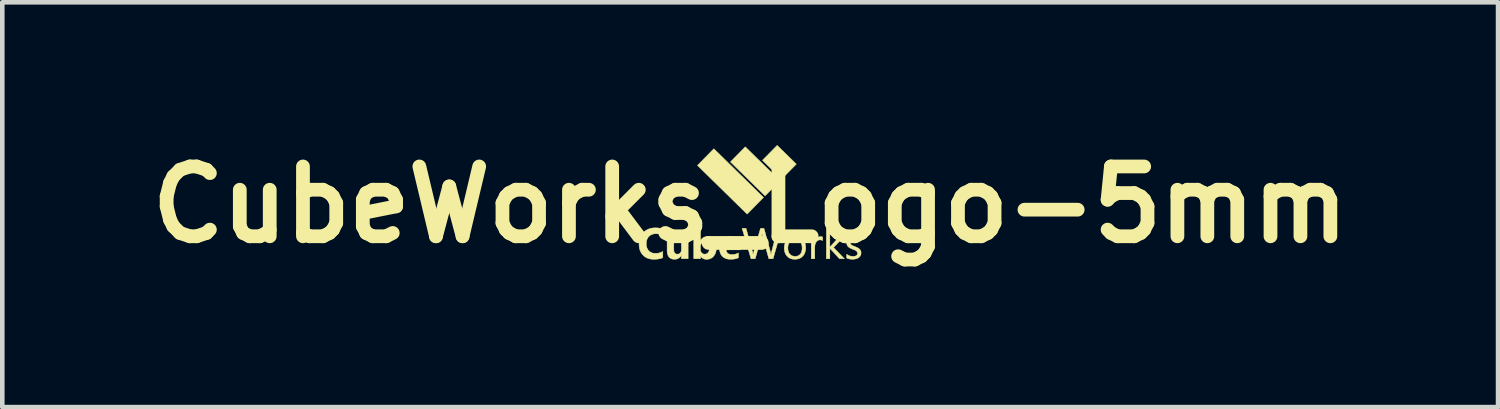
<source format=kicad_pcb>
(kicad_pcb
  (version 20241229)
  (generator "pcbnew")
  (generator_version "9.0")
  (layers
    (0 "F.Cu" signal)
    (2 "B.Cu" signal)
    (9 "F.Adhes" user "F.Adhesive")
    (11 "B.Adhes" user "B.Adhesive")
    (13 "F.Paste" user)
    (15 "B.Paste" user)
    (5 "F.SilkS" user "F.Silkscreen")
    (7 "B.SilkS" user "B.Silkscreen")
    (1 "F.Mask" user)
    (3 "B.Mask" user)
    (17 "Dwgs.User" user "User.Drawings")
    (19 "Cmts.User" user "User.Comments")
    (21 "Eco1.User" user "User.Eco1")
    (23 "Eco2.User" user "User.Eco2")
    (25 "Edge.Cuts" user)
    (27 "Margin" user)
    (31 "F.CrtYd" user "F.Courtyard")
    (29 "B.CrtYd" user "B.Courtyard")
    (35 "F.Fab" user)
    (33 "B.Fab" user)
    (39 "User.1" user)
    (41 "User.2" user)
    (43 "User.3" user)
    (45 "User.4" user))
  (footprint "CubeWorks_Logo-5mm"
    (layer "F.Cu")
    (at 13.324 1.418)
    (property "Reference" "CubeWorks_Logo-5mm" (at 0 0 0) (layer "F.SilkS") (effects (font (size 1.524 1.524) (thickness 0.3))))
    (attr through_hole)
    (fp_poly (pts (xy -1.667 0.847) (xy -1.667 0.863) (xy -1.667 0.879) (xy -1.667 0.893) (xy -1.667 0.907) (xy -1.667 0.92) (xy -1.667 0.932) (xy -1.667 0.942) (xy -1.667 0.952) (xy -1.667 0.961) (xy -1.667 0.969) (xy -1.667 0.975) (xy -1.667 0.981) (xy -1.667 0.986) (xy -1.667 0.99) (xy -1.667 0.992) (xy -1.667 0.994) (xy -1.667 0.994) (xy -1.665 1.006) (xy -1.664 1.016) (xy -1.661 1.026) (xy -1.658 1.035) (xy -1.654 1.043) (xy -1.65 1.05) (xy -1.645 1.057) (xy -1.64 1.062) (xy -1.634 1.067) (xy -1.627 1.071) (xy -1.619 1.074) (xy -1.611 1.077) (xy -1.608 1.078) (xy -1.601 1.079) (xy -1.595 1.079) (xy -1.587 1.079) (xy -1.58 1.079) (xy -1.574 1.079) (xy -1.571 1.078) (xy -1.562 1.076) (xy -1.554 1.073) (xy -1.546 1.07) (xy -1.539 1.065) (xy -1.532 1.06) (xy -1.525 1.053) (xy -1.52 1.046) (xy -1.515 1.039) (xy -1.511 1.03) (xy -1.508 1.024) (xy -1.505 1.015) (xy -1.503 1.006) (xy -1.502 0.996) (xy -1.501 0.991) (xy -1.501 0.99) (xy -1.501 0.987) (xy -1.501 0.984) (xy -1.501 0.98) (xy -1.501 0.975) (xy -1.501 0.969) (xy -1.501 0.962) (xy -1.501 0.954) (xy -1.501 0.945) (xy -1.501 0.935) (xy -1.501 0.924) (xy -1.501 0.912) (xy -1.501 0.899) (xy -1.501 0.885) (xy -1.501 0.87) (xy -1.501 0.854) (xy -1.501 0.845) (xy -1.501 0.706) (xy -1.354 0.706) (xy -1.354 1.18) (xy -1.501 1.18) (xy -1.501 1.108) (xy -1.502 1.108) (xy -1.503 1.108) (xy -1.504 1.109) (xy -1.505 1.11) (xy -1.506 1.112) (xy -1.514 1.124) (xy -1.523 1.135) (xy -1.532 1.144) (xy -1.542 1.153) (xy -1.552 1.161) (xy -1.563 1.168) (xy -1.574 1.175) (xy -1.585 1.18) (xy -1.597 1.184) (xy -1.61 1.187) (xy -1.622 1.19) (xy -1.629 1.191) (xy -1.633 1.191) (xy -1.638 1.191) (xy -1.643 1.191) (xy -1.648 1.191) (xy -1.653 1.191) (xy -1.658 1.191) (xy -1.661 1.191) (xy -1.675 1.19) (xy -1.688 1.188) (xy -1.7 1.185) (xy -1.712 1.182) (xy -1.724 1.178) (xy -1.734 1.172) (xy -1.744 1.166) (xy -1.753 1.16) (xy -1.762 1.152) (xy -1.77 1.144) (xy -1.777 1.135) (xy -1.784 1.125) (xy -1.789 1.114) (xy -1.794 1.105) (xy -1.798 1.095) (xy -1.801 1.085) (xy -1.804 1.074) (xy -1.807 1.062) (xy -1.809 1.049) (xy -1.811 1.036) (xy -1.812 1.027) (xy -1.813 1.015) (xy -1.813 0.706) (xy -1.667 0.706) (xy -1.667 0.847)) (stroke (width 0.01) (type solid)) (fill yes) (layer "F.SilkS"))
    (fp_poly (pts (xy 1.544 0.698) (xy 1.551 0.698) (xy 1.556 0.699) (xy 1.562 0.699) (xy 1.567 0.7) (xy 1.572 0.701) (xy 1.575 0.702) (xy 1.581 0.704) (xy 1.581 0.743) (xy 1.581 0.751) (xy 1.581 0.758) (xy 1.581 0.763) (xy 1.581 0.768) (xy 1.581 0.772) (xy 1.581 0.775) (xy 1.581 0.778) (xy 1.581 0.78) (xy 1.581 0.781) (xy 1.581 0.782) (xy 1.58 0.782) (xy 1.58 0.782) (xy 1.58 0.782) (xy 1.578 0.781) (xy 1.578 0.781) (xy 1.572 0.778) (xy 1.566 0.775) (xy 1.56 0.773) (xy 1.552 0.771) (xy 1.544 0.769) (xy 1.544 0.769) (xy 1.54 0.768) (xy 1.536 0.768) (xy 1.531 0.768) (xy 1.525 0.768) (xy 1.52 0.768) (xy 1.516 0.768) (xy 1.511 0.769) (xy 1.507 0.769) (xy 1.506 0.769) (xy 1.497 0.772) (xy 1.488 0.775) (xy 1.479 0.779) (xy 1.471 0.784) (xy 1.463 0.79) (xy 1.456 0.797) (xy 1.454 0.799) (xy 1.447 0.807) (xy 1.44 0.816) (xy 1.434 0.825) (xy 1.429 0.836) (xy 1.424 0.846) (xy 1.42 0.858) (xy 1.417 0.87) (xy 1.414 0.883) (xy 1.412 0.897) (xy 1.411 0.908) (xy 1.411 0.909) (xy 1.41 0.91) (xy 1.41 0.911) (xy 1.41 0.912) (xy 1.41 0.914) (xy 1.41 0.916) (xy 1.41 0.918) (xy 1.41 0.921) (xy 1.41 0.924) (xy 1.41 0.927) (xy 1.41 0.931) (xy 1.41 0.935) (xy 1.41 0.94) (xy 1.41 0.946) (xy 1.41 0.952) (xy 1.41 0.959) (xy 1.41 0.967) (xy 1.41 0.975) (xy 1.41 0.984) (xy 1.41 0.994) (xy 1.41 1.005) (xy 1.41 1.016) (xy 1.41 1.029) (xy 1.41 1.043) (xy 1.41 1.048) (xy 1.409 1.18) (xy 1.333 1.18) (xy 1.333 0.706) (xy 1.409 0.706) (xy 1.409 0.755) (xy 1.409 0.763) (xy 1.409 0.77) (xy 1.409 0.777) (xy 1.409 0.782) (xy 1.409 0.787) (xy 1.41 0.791) (xy 1.41 0.794) (xy 1.41 0.797) (xy 1.41 0.799) (xy 1.41 0.8) (xy 1.41 0.802) (xy 1.41 0.802) (xy 1.41 0.803) (xy 1.41 0.803) (xy 1.41 0.803) (xy 1.41 0.803) (xy 1.411 0.803) (xy 1.411 0.802) (xy 1.412 0.801) (xy 1.413 0.798) (xy 1.418 0.786) (xy 1.423 0.774) (xy 1.429 0.763) (xy 1.436 0.753) (xy 1.443 0.744) (xy 1.451 0.735) (xy 1.459 0.727) (xy 1.468 0.72) (xy 1.477 0.714) (xy 1.486 0.709) (xy 1.492 0.707) (xy 1.496 0.705) (xy 1.501 0.703) (xy 1.506 0.702) (xy 1.508 0.701) (xy 1.512 0.7) (xy 1.516 0.699) (xy 1.52 0.699) (xy 1.524 0.698) (xy 1.528 0.698) (xy 1.533 0.698) (xy 1.537 0.698) (xy 1.544 0.698)) (stroke (width 0.01) (type solid)) (fill yes) (layer "F.SilkS"))
    (fp_poly (pts (xy -0.093 -1.25) (xy -0.092 -1.249) (xy -0.09 -1.247) (xy -0.088 -1.245) (xy -0.085 -1.242) (xy -0.081 -1.238) (xy -0.076 -1.233) (xy -0.071 -1.228) (xy -0.066 -1.223) (xy -0.059 -1.217) (xy -0.052 -1.21) (xy -0.045 -1.203) (xy -0.037 -1.195) (xy -0.028 -1.186) (xy -0.019 -1.177) (xy -0.009 -1.168) (xy 0.001 -1.158) (xy 0.011 -1.148) (xy 0.022 -1.137) (xy 0.034 -1.126) (xy 0.046 -1.114) (xy 0.058 -1.102) (xy 0.071 -1.089) (xy 0.084 -1.077) (xy 0.097 -1.063) (xy 0.111 -1.05) (xy 0.125 -1.036) (xy 0.14 -1.022) (xy 0.154 -1.007) (xy 0.169 -0.993) (xy 0.185 -0.978) (xy 0.2 -0.963) (xy 0.216 -0.947) (xy 0.232 -0.932) (xy 0.248 -0.916) (xy 0.264 -0.9) (xy 0.281 -0.884) (xy 0.285 -0.879) (xy 0.649 -0.522) (xy 0.639 -0.512) (xy 0.634 -0.506) (xy 0.628 -0.5) (xy 0.622 -0.494) (xy 0.615 -0.487) (xy 0.608 -0.48) (xy 0.6 -0.472) (xy 0.592 -0.464) (xy 0.584 -0.456) (xy 0.576 -0.447) (xy 0.567 -0.439) (xy 0.558 -0.43) (xy 0.549 -0.421) (xy 0.54 -0.411) (xy 0.531 -0.402) (xy 0.521 -0.392) (xy 0.512 -0.382) (xy 0.502 -0.373) (xy 0.493 -0.363) (xy 0.483 -0.353) (xy 0.474 -0.344) (xy 0.464 -0.334) (xy 0.455 -0.324) (xy 0.445 -0.315) (xy 0.436 -0.306) (xy 0.427 -0.296) (xy 0.419 -0.288) (xy 0.41 -0.279) (xy 0.402 -0.27) (xy 0.394 -0.262) (xy 0.386 -0.254) (xy 0.379 -0.247) (xy 0.372 -0.24) (xy 0.365 -0.233) (xy 0.359 -0.227) (xy 0.353 -0.221) (xy 0.348 -0.216) (xy 0.343 -0.211) (xy 0.339 -0.206) (xy 0.335 -0.203) (xy 0.332 -0.2) (xy 0.329 -0.197) (xy 0.327 -0.195) (xy 0.326 -0.194) (xy 0.326 -0.193) (xy 0.326 -0.193) (xy 0.325 -0.194) (xy 0.324 -0.195) (xy 0.322 -0.197) (xy 0.32 -0.199) (xy 0.317 -0.202) (xy 0.313 -0.206) (xy 0.308 -0.21) (xy 0.303 -0.215) (xy 0.297 -0.221) (xy 0.291 -0.227) (xy 0.284 -0.234) (xy 0.277 -0.241) (xy 0.269 -0.249) (xy 0.26 -0.258) (xy 0.251 -0.266) (xy 0.241 -0.276) (xy 0.231 -0.286) (xy 0.22 -0.296) (xy 0.209 -0.307) (xy 0.198 -0.318) (xy 0.186 -0.33) (xy 0.174 -0.342) (xy 0.161 -0.354) (xy 0.148 -0.367) (xy 0.134 -0.381) (xy 0.12 -0.394) (xy 0.106 -0.408) (xy 0.092 -0.422) (xy 0.077 -0.437) (xy 0.062 -0.451) (xy 0.047 -0.467) (xy 0.031 -0.482) (xy 0.015 -0.497) (xy -0.001 -0.513) (xy -0.017 -0.529) (xy -0.034 -0.545) (xy -0.051 -0.562) (xy -0.053 -0.564) (xy -0.069 -0.58) (xy -0.086 -0.596) (xy -0.102 -0.612) (xy -0.118 -0.628) (xy -0.134 -0.643) (xy -0.15 -0.659) (xy -0.165 -0.674) (xy -0.18 -0.689) (xy -0.195 -0.703) (xy -0.21 -0.718) (xy -0.224 -0.731) (xy -0.238 -0.745) (xy -0.251 -0.758) (xy -0.264 -0.771) (xy -0.277 -0.784) (xy -0.29 -0.796) (xy -0.302 -0.808) (xy -0.313 -0.819) (xy -0.324 -0.83) (xy -0.335 -0.84) (xy -0.345 -0.85) (xy -0.355 -0.86) (xy -0.364 -0.869) (xy -0.372 -0.877) (xy -0.38 -0.885) (xy -0.388 -0.893) (xy -0.395 -0.899) (xy -0.401 -0.906) (xy -0.407 -0.911) (xy -0.412 -0.917) (xy -0.417 -0.921) (xy -0.421 -0.925) (xy -0.424 -0.928) (xy -0.427 -0.931) (xy -0.429 -0.933) (xy -0.43 -0.934) (xy -0.43 -0.934) (xy -0.43 -0.934) (xy -0.43 -0.935) (xy -0.429 -0.936) (xy -0.427 -0.937) (xy -0.425 -0.94) (xy -0.421 -0.943) (xy -0.418 -0.947) (xy -0.414 -0.951) (xy -0.409 -0.956) (xy -0.403 -0.962) (xy -0.398 -0.967) (xy -0.391 -0.974) (xy -0.384 -0.981) (xy -0.377 -0.988) (xy -0.369 -0.996) (xy -0.361 -1.005) (xy -0.353 -1.013) (xy -0.344 -1.022) (xy -0.335 -1.032) (xy -0.325 -1.041) (xy -0.315 -1.051) (xy -0.305 -1.061) (xy -0.295 -1.072) (xy -0.284 -1.083) (xy -0.274 -1.093) (xy -0.268 -1.099) (xy -0.107 -1.263) (xy -0.093 -1.25)) (stroke (width 0.01) (type solid)) (fill yes) (layer "F.SilkS"))
    (fp_poly (pts (xy 1.739 0.701) (xy 1.739 0.719) (xy 1.739 0.736) (xy 1.739 0.752) (xy 1.739 0.767) (xy 1.739 0.782) (xy 1.739 0.795) (xy 1.739 0.807) (xy 1.739 0.819) (xy 1.739 0.83) (xy 1.739 0.84) (xy 1.739 0.849) (xy 1.739 0.858) (xy 1.739 0.866) (xy 1.739 0.873) (xy 1.739 0.88) (xy 1.739 0.886) (xy 1.739 0.891) (xy 1.739 0.896) (xy 1.739 0.9) (xy 1.739 0.904) (xy 1.739 0.908) (xy 1.739 0.911) (xy 1.739 0.913) (xy 1.739 0.915) (xy 1.74 0.917) (xy 1.74 0.919) (xy 1.74 0.92) (xy 1.74 0.921) (xy 1.74 0.922) (xy 1.74 0.922) (xy 1.74 0.923) (xy 1.74 0.923) (xy 1.74 0.923) (xy 1.74 0.923) (xy 1.74 0.923) (xy 1.74 0.923) (xy 1.742 0.922) (xy 1.743 0.92) (xy 1.746 0.917) (xy 1.749 0.914) (xy 1.752 0.91) (xy 1.756 0.906) (xy 1.761 0.901) (xy 1.766 0.895) (xy 1.772 0.889) (xy 1.778 0.883) (xy 1.784 0.876) (xy 1.791 0.868) (xy 1.799 0.86) (xy 1.806 0.852) (xy 1.814 0.843) (xy 1.823 0.834) (xy 1.831 0.824) (xy 1.84 0.815) (xy 1.84 0.815) (xy 1.94 0.706) (xy 2.04 0.706) (xy 2.03 0.716) (xy 2.029 0.718) (xy 2.027 0.719) (xy 2.024 0.722) (xy 2.021 0.725) (xy 2.017 0.729) (xy 2.013 0.734) (xy 2.008 0.739) (xy 2.003 0.744) (xy 1.997 0.75) (xy 1.991 0.757) (xy 1.984 0.764) (xy 1.978 0.771) (xy 1.97 0.778) (xy 1.963 0.786) (xy 1.955 0.794) (xy 1.947 0.803) (xy 1.939 0.811) (xy 1.93 0.82) (xy 1.922 0.829) (xy 1.92 0.83) (xy 1.912 0.839) (xy 1.903 0.848) (xy 1.895 0.856) (xy 1.888 0.864) (xy 1.88 0.872) (xy 1.873 0.879) (xy 1.866 0.887) (xy 1.859 0.893) (xy 1.853 0.9) (xy 1.848 0.906) (xy 1.842 0.911) (xy 1.838 0.916) (xy 1.833 0.921) (xy 1.83 0.925) (xy 1.826 0.928) (xy 1.824 0.931) (xy 1.822 0.933) (xy 1.821 0.934) (xy 1.82 0.935) (xy 1.82 0.935) (xy 1.82 0.935) (xy 1.821 0.936) (xy 1.823 0.938) (xy 1.825 0.941) (xy 1.828 0.944) (xy 1.832 0.947) (xy 1.836 0.952) (xy 1.841 0.956) (xy 1.846 0.962) (xy 1.852 0.968) (xy 1.858 0.974) (xy 1.864 0.981) (xy 1.871 0.988) (xy 1.878 0.995) (xy 1.886 1.003) (xy 1.894 1.012) (xy 1.902 1.02) (xy 1.911 1.029) (xy 1.92 1.038) (xy 1.929 1.047) (xy 1.937 1.056) (xy 1.946 1.066) (xy 1.955 1.075) (xy 1.964 1.084) (xy 1.973 1.093) (xy 1.981 1.102) (xy 1.989 1.11) (xy 1.997 1.118) (xy 2.004 1.125) (xy 2.011 1.132) (xy 2.017 1.139) (xy 2.024 1.146) (xy 2.029 1.151) (xy 2.034 1.157) (xy 2.039 1.162) (xy 2.043 1.166) (xy 2.047 1.17) (xy 2.05 1.173) (xy 2.052 1.175) (xy 2.054 1.177) (xy 2.055 1.178) (xy 2.056 1.179) (xy 2.057 1.18) (xy 1.95 1.18) (xy 1.846 1.066) (xy 1.837 1.057) (xy 1.829 1.048) (xy 1.821 1.039) (xy 1.813 1.03) (xy 1.805 1.022) (xy 1.798 1.014) (xy 1.791 1.006) (xy 1.784 0.999) (xy 1.778 0.992) (xy 1.772 0.986) (xy 1.766 0.98) (xy 1.761 0.975) (xy 1.756 0.97) (xy 1.752 0.965) (xy 1.749 0.961) (xy 1.746 0.958) (xy 1.743 0.956) (xy 1.742 0.954) (xy 1.741 0.953) (xy 1.74 0.952) (xy 1.74 0.952) (xy 1.74 0.952) (xy 1.74 0.952) (xy 1.74 0.953) (xy 1.74 0.953) (xy 1.74 0.954) (xy 1.74 0.954) (xy 1.739 0.956) (xy 1.739 0.957) (xy 1.739 0.959) (xy 1.739 0.961) (xy 1.739 0.964) (xy 1.739 0.967) (xy 1.739 0.97) (xy 1.739 0.975) (xy 1.739 0.98) (xy 1.739 0.985) (xy 1.739 0.991) (xy 1.739 0.998) (xy 1.739 1.006) (xy 1.739 1.014) (xy 1.739 1.024) (xy 1.739 1.034) (xy 1.739 1.045) (xy 1.739 1.057) (xy 1.739 1.066) (xy 1.739 1.18) (xy 1.663 1.18) (xy 1.663 0.478) (xy 1.739 0.478) (xy 1.739 0.701)) (stroke (width 0.01) (type solid)) (fill yes) (layer "F.SilkS"))
    (fp_poly (pts (xy 0.59 -1.294) (xy 0.591 -1.293) (xy 0.592 -1.292) (xy 0.595 -1.289) (xy 0.598 -1.286) (xy 0.602 -1.283) (xy 0.606 -1.278) (xy 0.611 -1.274) (xy 0.616 -1.268) (xy 0.622 -1.263) (xy 0.629 -1.256) (xy 0.635 -1.25) (xy 0.643 -1.243) (xy 0.65 -1.235) (xy 0.659 -1.227) (xy 0.667 -1.219) (xy 0.676 -1.21) (xy 0.685 -1.202) (xy 0.694 -1.192) (xy 0.704 -1.183) (xy 0.714 -1.173) (xy 0.724 -1.164) (xy 0.734 -1.154) (xy 0.744 -1.143) (xy 0.755 -1.133) (xy 0.765 -1.123) (xy 0.776 -1.112) (xy 0.787 -1.102) (xy 0.798 -1.091) (xy 0.808 -1.081) (xy 0.819 -1.07) (xy 0.83 -1.06) (xy 0.841 -1.049) (xy 0.851 -1.039) (xy 0.861 -1.029) (xy 0.872 -1.019) (xy 0.882 -1.009) (xy 0.892 -0.999) (xy 0.901 -0.99) (xy 0.911 -0.981) (xy 0.92 -0.972) (xy 0.929 -0.963) (xy 0.937 -0.955) (xy 0.945 -0.947) (xy 0.953 -0.939) (xy 0.96 -0.932) (xy 0.967 -0.925) (xy 0.973 -0.919) (xy 0.979 -0.913) (xy 0.985 -0.908) (xy 0.99 -0.903) (xy 0.994 -0.899) (xy 0.998 -0.895) (xy 1.001 -0.892) (xy 1.003 -0.889) (xy 1.005 -0.888) (xy 1.006 -0.886) (xy 1.007 -0.886) (xy 1.007 -0.886) (xy 1.007 -0.885) (xy 1.006 -0.884) (xy 1.004 -0.883) (xy 1.001 -0.88) (xy 0.998 -0.877) (xy 0.995 -0.873) (xy 0.991 -0.869) (xy 0.986 -0.865) (xy 0.981 -0.859) (xy 0.975 -0.854) (xy 0.969 -0.847) (xy 0.963 -0.841) (xy 0.956 -0.834) (xy 0.949 -0.826) (xy 0.941 -0.819) (xy 0.933 -0.811) (xy 0.925 -0.802) (xy 0.917 -0.794) (xy 0.908 -0.785) (xy 0.899 -0.776) (xy 0.89 -0.767) (xy 0.881 -0.758) (xy 0.872 -0.748) (xy 0.863 -0.739) (xy 0.853 -0.729) (xy 0.844 -0.72) (xy 0.835 -0.71) (xy 0.825 -0.701) (xy 0.816 -0.692) (xy 0.807 -0.682) (xy 0.798 -0.673) (xy 0.789 -0.664) (xy 0.78 -0.655) (xy 0.772 -0.647) (xy 0.764 -0.638) (xy 0.756 -0.63) (xy 0.748 -0.622) (xy 0.741 -0.615) (xy 0.733 -0.608) (xy 0.727 -0.601) (xy 0.721 -0.595) (xy 0.715 -0.589) (xy 0.709 -0.583) (xy 0.705 -0.578) (xy 0.7 -0.574) (xy 0.696 -0.57) (xy 0.693 -0.567) (xy 0.69 -0.564) (xy 0.688 -0.562) (xy 0.687 -0.561) (xy 0.686 -0.56) (xy 0.686 -0.56) (xy 0.686 -0.56) (xy 0.685 -0.561) (xy 0.683 -0.563) (xy 0.681 -0.566) (xy 0.677 -0.569) (xy 0.674 -0.572) (xy 0.669 -0.577) (xy 0.664 -0.581) (xy 0.659 -0.587) (xy 0.653 -0.593) (xy 0.646 -0.599) (xy 0.639 -0.606) (xy 0.631 -0.614) (xy 0.623 -0.622) (xy 0.615 -0.63) (xy 0.606 -0.639) (xy 0.596 -0.648) (xy 0.586 -0.658) (xy 0.576 -0.667) (xy 0.566 -0.678) (xy 0.555 -0.688) (xy 0.544 -0.699) (xy 0.533 -0.71) (xy 0.521 -0.722) (xy 0.509 -0.733) (xy 0.497 -0.745) (xy 0.485 -0.757) (xy 0.477 -0.764) (xy 0.465 -0.776) (xy 0.453 -0.788) (xy 0.441 -0.8) (xy 0.429 -0.812) (xy 0.417 -0.823) (xy 0.406 -0.834) (xy 0.395 -0.845) (xy 0.385 -0.855) (xy 0.374 -0.865) (xy 0.364 -0.875) (xy 0.355 -0.885) (xy 0.345 -0.894) (xy 0.337 -0.902) (xy 0.328 -0.91) (xy 0.32 -0.918) (xy 0.313 -0.926) (xy 0.306 -0.932) (xy 0.3 -0.939) (xy 0.294 -0.944) (xy 0.289 -0.95) (xy 0.284 -0.954) (xy 0.28 -0.958) (xy 0.276 -0.962) (xy 0.273 -0.965) (xy 0.271 -0.967) (xy 0.27 -0.968) (xy 0.269 -0.969) (xy 0.269 -0.969) (xy 0.269 -0.97) (xy 0.27 -0.971) (xy 0.272 -0.973) (xy 0.274 -0.975) (xy 0.277 -0.978) (xy 0.281 -0.982) (xy 0.285 -0.986) (xy 0.29 -0.991) (xy 0.295 -0.996) (xy 0.3 -1.002) (xy 0.307 -1.008) (xy 0.313 -1.015) (xy 0.32 -1.022) (xy 0.327 -1.029) (xy 0.335 -1.037) (xy 0.343 -1.045) (xy 0.351 -1.053) (xy 0.359 -1.062) (xy 0.368 -1.07) (xy 0.377 -1.079) (xy 0.386 -1.088) (xy 0.395 -1.098) (xy 0.404 -1.107) (xy 0.413 -1.116) (xy 0.422 -1.126) (xy 0.432 -1.135) (xy 0.441 -1.145) (xy 0.45 -1.154) (xy 0.46 -1.164) (xy 0.469 -1.173) (xy 0.478 -1.182) (xy 0.487 -1.191) (xy 0.495 -1.2) (xy 0.504 -1.209) (xy 0.512 -1.217) (xy 0.52 -1.225) (xy 0.528 -1.233) (xy 0.535 -1.24) (xy 0.542 -1.248) (xy 0.549 -1.254) (xy 0.555 -1.261) (xy 0.561 -1.266) (xy 0.566 -1.272) (xy 0.571 -1.277) (xy 0.576 -1.281) (xy 0.579 -1.285) (xy 0.583 -1.288) (xy 0.585 -1.291) (xy 0.587 -1.293) (xy 0.588 -1.294) (xy 0.589 -1.295) (xy 0.589 -1.295) (xy 0.59 -1.294)) (stroke (width 0.01) (type solid)) (fill yes) (layer "F.SilkS"))
    (fp_poly (pts (xy -0.423 0.695) (xy -0.407 0.696) (xy -0.391 0.697) (xy -0.376 0.7) (xy -0.362 0.703) (xy -0.348 0.707) (xy -0.335 0.712) (xy -0.322 0.718) (xy -0.31 0.725) (xy -0.299 0.732) (xy -0.288 0.74) (xy -0.278 0.749) (xy -0.269 0.759) (xy -0.265 0.764) (xy -0.257 0.774) (xy -0.249 0.785) (xy -0.242 0.797) (xy -0.236 0.81) (xy -0.231 0.822) (xy -0.227 0.836) (xy -0.223 0.85) (xy -0.22 0.865) (xy -0.217 0.881) (xy -0.217 0.885) (xy -0.215 0.898) (xy -0.215 0.941) (xy -0.214 0.985) (xy -0.369 0.985) (xy -0.382 0.985) (xy -0.394 0.985) (xy -0.406 0.985) (xy -0.418 0.985) (xy -0.429 0.985) (xy -0.44 0.985) (xy -0.45 0.985) (xy -0.46 0.985) (xy -0.47 0.985) (xy -0.478 0.985) (xy -0.486 0.985) (xy -0.494 0.985) (xy -0.5 0.985) (xy -0.506 0.985) (xy -0.512 0.985) (xy -0.516 0.985) (xy -0.519 0.985) (xy -0.522 0.985) (xy -0.523 0.985) (xy -0.524 0.985) (xy -0.524 0.985) (xy -0.524 0.987) (xy -0.524 0.989) (xy -0.523 0.991) (xy -0.523 0.994) (xy -0.523 0.997) (xy -0.522 1) (xy -0.522 1.003) (xy -0.521 1.004) (xy -0.519 1.014) (xy -0.516 1.024) (xy -0.511 1.033) (xy -0.506 1.042) (xy -0.501 1.049) (xy -0.494 1.056) (xy -0.487 1.063) (xy -0.479 1.068) (xy -0.475 1.071) (xy -0.466 1.075) (xy -0.457 1.079) (xy -0.446 1.082) (xy -0.436 1.084) (xy -0.424 1.086) (xy -0.415 1.087) (xy -0.411 1.087) (xy -0.406 1.088) (xy -0.401 1.088) (xy -0.395 1.088) (xy -0.389 1.088) (xy -0.383 1.088) (xy -0.377 1.087) (xy -0.372 1.087) (xy -0.367 1.087) (xy -0.365 1.087) (xy -0.349 1.084) (xy -0.333 1.082) (xy -0.318 1.078) (xy -0.303 1.073) (xy -0.289 1.068) (xy -0.275 1.061) (xy -0.264 1.055) (xy -0.261 1.054) (xy -0.259 1.053) (xy -0.258 1.052) (xy -0.257 1.051) (xy -0.256 1.051) (xy -0.256 1.052) (xy -0.256 1.053) (xy -0.256 1.056) (xy -0.256 1.059) (xy -0.256 1.063) (xy -0.256 1.067) (xy -0.256 1.073) (xy -0.256 1.079) (xy -0.256 1.085) (xy -0.256 1.092) (xy -0.256 1.099) (xy -0.256 1.104) (xy -0.256 1.157) (xy -0.265 1.161) (xy -0.278 1.167) (xy -0.293 1.172) (xy -0.308 1.177) (xy -0.323 1.181) (xy -0.34 1.184) (xy -0.357 1.187) (xy -0.375 1.189) (xy -0.394 1.191) (xy -0.413 1.191) (xy -0.418 1.191) (xy -0.422 1.191) (xy -0.427 1.191) (xy -0.432 1.191) (xy -0.437 1.191) (xy -0.441 1.191) (xy -0.444 1.191) (xy -0.456 1.19) (xy -0.469 1.189) (xy -0.481 1.187) (xy -0.494 1.185) (xy -0.506 1.183) (xy -0.517 1.18) (xy -0.518 1.179) (xy -0.533 1.174) (xy -0.546 1.169) (xy -0.559 1.162) (xy -0.572 1.155) (xy -0.583 1.147) (xy -0.594 1.138) (xy -0.605 1.129) (xy -0.614 1.118) (xy -0.623 1.107) (xy -0.631 1.096) (xy -0.639 1.083) (xy -0.645 1.071) (xy -0.651 1.057) (xy -0.656 1.043) (xy -0.66 1.028) (xy -0.663 1.017) (xy -0.665 1.007) (xy -0.666 0.995) (xy -0.667 0.984) (xy -0.668 0.972) (xy -0.669 0.96) (xy -0.669 0.948) (xy -0.669 0.937) (xy -0.669 0.93) (xy -0.667 0.914) (xy -0.666 0.899) (xy -0.665 0.895) (xy -0.525 0.895) (xy -0.35 0.895) (xy -0.35 0.889) (xy -0.351 0.886) (xy -0.351 0.881) (xy -0.351 0.877) (xy -0.352 0.872) (xy -0.352 0.867) (xy -0.353 0.863) (xy -0.353 0.863) (xy -0.355 0.853) (xy -0.358 0.844) (xy -0.361 0.835) (xy -0.365 0.827) (xy -0.37 0.82) (xy -0.375 0.814) (xy -0.381 0.809) (xy -0.388 0.804) (xy -0.395 0.8) (xy -0.403 0.797) (xy -0.412 0.795) (xy -0.418 0.794) (xy -0.42 0.794) (xy -0.424 0.794) (xy -0.427 0.793) (xy -0.431 0.793) (xy -0.435 0.793) (xy -0.439 0.794) (xy -0.442 0.794) (xy -0.445 0.794) (xy -0.445 0.794) (xy -0.452 0.795) (xy -0.458 0.797) (xy -0.464 0.8) (xy -0.47 0.803) (xy -0.477 0.807) (xy -0.484 0.813) (xy -0.49 0.819) (xy -0.497 0.826) (xy -0.502 0.834) (xy -0.508 0.842) (xy -0.512 0.849) (xy -0.515 0.857) (xy -0.518 0.866) (xy -0.521 0.875) (xy -0.523 0.884) (xy -0.524 0.888) (xy -0.524 0.891) (xy -0.525 0.892) (xy -0.525 0.893) (xy -0.525 0.894) (xy -0.525 0.895) (xy -0.665 0.895) (xy -0.663 0.885) (xy -0.66 0.872) (xy -0.657 0.859) (xy -0.652 0.846) (xy -0.648 0.834) (xy -0.645 0.827) (xy -0.638 0.815) (xy -0.631 0.802) (xy -0.623 0.79) (xy -0.614 0.778) (xy -0.604 0.767) (xy -0.593 0.757) (xy -0.582 0.747) (xy -0.57 0.738) (xy -0.563 0.733) (xy -0.552 0.726) (xy -0.542 0.72) (xy -0.531 0.715) (xy -0.52 0.71) (xy -0.513 0.708) (xy -0.499 0.703) (xy -0.485 0.7) (xy -0.471 0.697) (xy -0.456 0.696) (xy -0.441 0.695) (xy -0.44 0.695) (xy -0.423 0.695)) (stroke (width 0.01) (type solid)) (fill yes) (layer "F.SilkS"))
    (fp_poly (pts (xy -1.084 0.643) (xy -1.084 0.657) (xy -1.084 0.669) (xy -1.084 0.681) (xy -1.084 0.692) (xy -1.084 0.702) (xy -1.084 0.712) (xy -1.084 0.72) (xy -1.084 0.728) (xy -1.084 0.735) (xy -1.084 0.741) (xy -1.084 0.747) (xy -1.084 0.752) (xy -1.084 0.756) (xy -1.084 0.76) (xy -1.084 0.764) (xy -1.084 0.767) (xy -1.084 0.769) (xy -1.084 0.771) (xy -1.084 0.773) (xy -1.084 0.774) (xy -1.083 0.775) (xy -1.083 0.776) (xy -1.083 0.777) (xy -1.083 0.777) (xy -1.083 0.777) (xy -1.083 0.778) (xy -1.083 0.778) (xy -1.082 0.777) (xy -1.081 0.776) (xy -1.08 0.774) (xy -1.078 0.772) (xy -1.074 0.767) (xy -1.07 0.761) (xy -1.065 0.755) (xy -1.059 0.749) (xy -1.054 0.743) (xy -1.049 0.738) (xy -1.044 0.734) (xy -1.042 0.732) (xy -1.032 0.725) (xy -1.021 0.718) (xy -1.011 0.712) (xy -1 0.708) (xy -0.988 0.703) (xy -0.98 0.701) (xy -0.969 0.699) (xy -0.958 0.697) (xy -0.946 0.695) (xy -0.934 0.695) (xy -0.921 0.695) (xy -0.908 0.695) (xy -0.896 0.697) (xy -0.893 0.697) (xy -0.88 0.7) (xy -0.867 0.703) (xy -0.854 0.707) (xy -0.843 0.712) (xy -0.831 0.718) (xy -0.821 0.725) (xy -0.81 0.733) (xy -0.801 0.741) (xy -0.792 0.751) (xy -0.784 0.761) (xy -0.776 0.772) (xy -0.77 0.783) (xy -0.763 0.795) (xy -0.757 0.808) (xy -0.752 0.822) (xy -0.748 0.836) (xy -0.744 0.851) (xy -0.741 0.867) (xy -0.739 0.883) (xy -0.738 0.9) (xy -0.737 0.918) (xy -0.737 0.936) (xy -0.737 0.947) (xy -0.738 0.966) (xy -0.74 0.984) (xy -0.743 1.001) (xy -0.746 1.018) (xy -0.751 1.034) (xy -0.756 1.05) (xy -0.762 1.065) (xy -0.768 1.079) (xy -0.776 1.093) (xy -0.784 1.106) (xy -0.788 1.111) (xy -0.791 1.115) (xy -0.794 1.119) (xy -0.796 1.122) (xy -0.798 1.124) (xy -0.8 1.127) (xy -0.803 1.13) (xy -0.806 1.132) (xy -0.808 1.135) (xy -0.818 1.144) (xy -0.828 1.153) (xy -0.838 1.16) (xy -0.849 1.167) (xy -0.86 1.172) (xy -0.867 1.176) (xy -0.878 1.18) (xy -0.89 1.184) (xy -0.902 1.187) (xy -0.915 1.189) (xy -0.928 1.191) (xy -0.941 1.192) (xy -0.954 1.192) (xy -0.963 1.191) (xy -0.977 1.19) (xy -0.989 1.188) (xy -1.002 1.185) (xy -1.013 1.181) (xy -1.024 1.176) (xy -1.035 1.17) (xy -1.045 1.164) (xy -1.05 1.16) (xy -1.055 1.156) (xy -1.06 1.151) (xy -1.066 1.145) (xy -1.071 1.14) (xy -1.075 1.134) (xy -1.079 1.129) (xy -1.081 1.127) (xy -1.082 1.125) (xy -1.083 1.125) (xy -1.083 1.125) (xy -1.083 1.125) (xy -1.083 1.125) (xy -1.083 1.125) (xy -1.084 1.126) (xy -1.084 1.127) (xy -1.084 1.129) (xy -1.084 1.131) (xy -1.084 1.134) (xy -1.084 1.137) (xy -1.084 1.141) (xy -1.084 1.146) (xy -1.084 1.152) (xy -1.084 1.18) (xy -1.231 1.18) (xy -1.231 0.95) (xy -1.086 0.95) (xy -1.086 0.956) (xy -1.086 0.962) (xy -1.086 0.968) (xy -1.086 0.973) (xy -1.086 0.978) (xy -1.086 0.983) (xy -1.085 0.986) (xy -1.085 0.989) (xy -1.085 0.99) (xy -1.083 1.001) (xy -1.081 1.011) (xy -1.077 1.021) (xy -1.073 1.03) (xy -1.068 1.039) (xy -1.062 1.047) (xy -1.055 1.054) (xy -1.048 1.06) (xy -1.041 1.066) (xy -1.034 1.07) (xy -1.026 1.074) (xy -1.017 1.076) (xy -1.008 1.078) (xy -0.999 1.079) (xy -0.998 1.079) (xy -0.994 1.079) (xy -0.989 1.079) (xy -0.985 1.079) (xy -0.98 1.079) (xy -0.976 1.078) (xy -0.974 1.078) (xy -0.965 1.076) (xy -0.956 1.073) (xy -0.947 1.07) (xy -0.94 1.065) (xy -0.932 1.06) (xy -0.926 1.055) (xy -0.919 1.047) (xy -0.913 1.039) (xy -0.908 1.03) (xy -0.903 1.02) (xy -0.898 1.01) (xy -0.895 0.998) (xy -0.892 0.986) (xy -0.89 0.973) (xy -0.888 0.96) (xy -0.887 0.946) (xy -0.887 0.933) (xy -0.887 0.919) (xy -0.888 0.906) (xy -0.89 0.894) (xy -0.892 0.883) (xy -0.895 0.872) (xy -0.899 0.863) (xy -0.903 0.854) (xy -0.908 0.845) (xy -0.914 0.838) (xy -0.92 0.831) (xy -0.926 0.825) (xy -0.933 0.82) (xy -0.94 0.816) (xy -0.948 0.813) (xy -0.956 0.81) (xy -0.965 0.808) (xy -0.975 0.807) (xy -0.98 0.807) (xy -0.99 0.807) (xy -1 0.808) (xy -1.01 0.81) (xy -1.019 0.813) (xy -1.028 0.817) (xy -1.036 0.821) (xy -1.044 0.827) (xy -1.052 0.834) (xy -1.059 0.841) (xy -1.06 0.842) (xy -1.066 0.851) (xy -1.071 0.859) (xy -1.075 0.868) (xy -1.079 0.878) (xy -1.082 0.888) (xy -1.084 0.899) (xy -1.085 0.907) (xy -1.085 0.909) (xy -1.086 0.913) (xy -1.086 0.917) (xy -1.086 0.921) (xy -1.086 0.926) (xy -1.086 0.932) (xy -1.086 0.938) (xy -1.086 0.944) (xy -1.086 0.95) (xy -1.231 0.95) (xy -1.231 0.478) (xy -1.084 0.478) (xy -1.084 0.643)) (stroke (width 0.01) (type solid)) (fill yes) (layer "F.SilkS"))
    (fp_poly (pts (xy 2.298 0.695) (xy 2.306 0.696) (xy 2.314 0.696) (xy 2.321 0.697) (xy 2.325 0.697) (xy 2.338 0.699) (xy 2.35 0.701) (xy 2.362 0.704) (xy 2.374 0.707) (xy 2.385 0.711) (xy 2.395 0.714) (xy 2.399 0.716) (xy 2.399 0.755) (xy 2.399 0.793) (xy 2.398 0.792) (xy 2.39 0.788) (xy 2.381 0.783) (xy 2.372 0.779) (xy 2.363 0.775) (xy 2.354 0.771) (xy 2.351 0.77) (xy 2.341 0.767) (xy 2.331 0.765) (xy 2.32 0.762) (xy 2.308 0.761) (xy 2.297 0.76) (xy 2.286 0.759) (xy 2.275 0.759) (xy 2.265 0.759) (xy 2.255 0.761) (xy 2.251 0.761) (xy 2.241 0.763) (xy 2.232 0.766) (xy 2.224 0.77) (xy 2.216 0.774) (xy 2.209 0.778) (xy 2.203 0.783) (xy 2.198 0.789) (xy 2.194 0.795) (xy 2.19 0.802) (xy 2.187 0.809) (xy 2.186 0.815) (xy 2.185 0.818) (xy 2.185 0.821) (xy 2.185 0.824) (xy 2.185 0.826) (xy 2.185 0.834) (xy 2.186 0.842) (xy 2.188 0.849) (xy 2.191 0.856) (xy 2.195 0.862) (xy 2.199 0.868) (xy 2.205 0.873) (xy 2.211 0.878) (xy 2.218 0.883) (xy 2.221 0.885) (xy 2.224 0.887) (xy 2.227 0.889) (xy 2.231 0.891) (xy 2.235 0.893) (xy 2.24 0.895) (xy 2.245 0.897) (xy 2.251 0.9) (xy 2.258 0.903) (xy 2.265 0.906) (xy 2.273 0.909) (xy 2.282 0.912) (xy 2.294 0.917) (xy 2.304 0.921) (xy 2.314 0.926) (xy 2.323 0.929) (xy 2.331 0.933) (xy 2.339 0.937) (xy 2.346 0.941) (xy 2.352 0.944) (xy 2.358 0.948) (xy 2.364 0.951) (xy 2.369 0.955) (xy 2.37 0.956) (xy 2.377 0.961) (xy 2.384 0.967) (xy 2.391 0.974) (xy 2.397 0.98) (xy 2.401 0.987) (xy 2.402 0.988) (xy 2.408 0.997) (xy 2.412 1.006) (xy 2.416 1.016) (xy 2.418 1.026) (xy 2.42 1.037) (xy 2.42 1.048) (xy 2.42 1.059) (xy 2.42 1.062) (xy 2.419 1.073) (xy 2.417 1.083) (xy 2.415 1.093) (xy 2.411 1.102) (xy 2.407 1.111) (xy 2.402 1.12) (xy 2.395 1.129) (xy 2.387 1.138) (xy 2.379 1.146) (xy 2.369 1.153) (xy 2.359 1.16) (xy 2.348 1.166) (xy 2.337 1.172) (xy 2.324 1.177) (xy 2.311 1.181) (xy 2.298 1.184) (xy 2.283 1.187) (xy 2.268 1.189) (xy 2.26 1.19) (xy 2.257 1.19) (xy 2.253 1.19) (xy 2.249 1.191) (xy 2.244 1.191) (xy 2.239 1.191) (xy 2.234 1.191) (xy 2.23 1.191) (xy 2.225 1.191) (xy 2.222 1.191) (xy 2.22 1.191) (xy 2.204 1.19) (xy 2.189 1.188) (xy 2.175 1.186) (xy 2.161 1.183) (xy 2.147 1.18) (xy 2.134 1.175) (xy 2.122 1.17) (xy 2.113 1.166) (xy 2.106 1.163) (xy 2.106 1.081) (xy 2.114 1.087) (xy 2.127 1.095) (xy 2.14 1.103) (xy 2.154 1.109) (xy 2.168 1.115) (xy 2.183 1.119) (xy 2.197 1.123) (xy 2.212 1.125) (xy 2.228 1.127) (xy 2.243 1.127) (xy 2.254 1.127) (xy 2.266 1.126) (xy 2.276 1.125) (xy 2.286 1.123) (xy 2.295 1.121) (xy 2.303 1.118) (xy 2.31 1.115) (xy 2.316 1.111) (xy 2.322 1.107) (xy 2.326 1.104) (xy 2.329 1.1) (xy 2.332 1.097) (xy 2.335 1.093) (xy 2.337 1.089) (xy 2.339 1.084) (xy 2.341 1.078) (xy 2.342 1.072) (xy 2.342 1.066) (xy 2.343 1.06) (xy 2.342 1.053) (xy 2.341 1.045) (xy 2.339 1.039) (xy 2.336 1.033) (xy 2.333 1.026) (xy 2.328 1.021) (xy 2.324 1.016) (xy 2.318 1.011) (xy 2.312 1.006) (xy 2.306 1.002) (xy 2.298 0.997) (xy 2.294 0.995) (xy 2.292 0.994) (xy 2.29 0.993) (xy 2.288 0.992) (xy 2.286 0.991) (xy 2.284 0.99) (xy 2.282 0.989) (xy 2.279 0.988) (xy 2.276 0.986) (xy 2.272 0.985) (xy 2.267 0.983) (xy 2.262 0.981) (xy 2.256 0.979) (xy 2.25 0.976) (xy 2.249 0.976) (xy 2.241 0.973) (xy 2.234 0.97) (xy 2.228 0.967) (xy 2.223 0.965) (xy 2.218 0.963) (xy 2.214 0.961) (xy 2.21 0.959) (xy 2.206 0.958) (xy 2.202 0.956) (xy 2.198 0.954) (xy 2.194 0.952) (xy 2.192 0.951) (xy 2.182 0.946) (xy 2.173 0.941) (xy 2.165 0.937) (xy 2.158 0.932) (xy 2.151 0.927) (xy 2.145 0.921) (xy 2.14 0.916) (xy 2.133 0.909) (xy 2.126 0.901) (xy 2.121 0.892) (xy 2.117 0.884) (xy 2.113 0.874) (xy 2.11 0.865) (xy 2.109 0.854) (xy 2.107 0.843) (xy 2.107 0.841) (xy 2.107 0.829) (xy 2.108 0.818) (xy 2.109 0.807) (xy 2.112 0.797) (xy 2.115 0.787) (xy 2.119 0.78) (xy 2.124 0.77) (xy 2.131 0.761) (xy 2.138 0.752) (xy 2.146 0.744) (xy 2.155 0.736) (xy 2.164 0.729) (xy 2.175 0.723) (xy 2.186 0.717) (xy 2.198 0.712) (xy 2.21 0.707) (xy 2.223 0.703) (xy 2.237 0.7) (xy 2.251 0.698) (xy 2.261 0.696) (xy 2.268 0.696) (xy 2.275 0.695) (xy 2.282 0.695) (xy 2.29 0.695) (xy 2.298 0.695)) (stroke (width 0.01) (type solid)) (fill yes) (layer "F.SilkS"))
    (fp_poly (pts (xy -2.047 0.506) (xy -2.026 0.507) (xy -2.006 0.508) (xy -1.986 0.511) (xy -1.968 0.514) (xy -1.95 0.517) (xy -1.933 0.522) (xy -1.916 0.527) (xy -1.915 0.527) (xy -1.907 0.53) (xy -1.907 0.601) (xy -1.907 0.61) (xy -1.907 0.618) (xy -1.907 0.626) (xy -1.907 0.634) (xy -1.907 0.641) (xy -1.907 0.647) (xy -1.907 0.653) (xy -1.907 0.658) (xy -1.907 0.663) (xy -1.907 0.667) (xy -1.907 0.67) (xy -1.907 0.672) (xy -1.907 0.673) (xy -1.907 0.673) (xy -1.908 0.673) (xy -1.909 0.672) (xy -1.911 0.671) (xy -1.913 0.67) (xy -1.916 0.669) (xy -1.931 0.661) (xy -1.946 0.655) (xy -1.961 0.649) (xy -1.977 0.644) (xy -1.994 0.64) (xy -2.011 0.637) (xy -2.027 0.635) (xy -2.03 0.635) (xy -2.033 0.635) (xy -2.036 0.635) (xy -2.039 0.635) (xy -2.042 0.634) (xy -2.046 0.634) (xy -2.05 0.634) (xy -2.055 0.634) (xy -2.059 0.634) (xy -2.064 0.634) (xy -2.069 0.634) (xy -2.072 0.634) (xy -2.075 0.634) (xy -2.078 0.635) (xy -2.08 0.635) (xy -2.082 0.635) (xy -2.085 0.635) (xy -2.087 0.635) (xy -2.09 0.636) (xy -2.092 0.636) (xy -2.107 0.638) (xy -2.121 0.642) (xy -2.135 0.646) (xy -2.148 0.651) (xy -2.16 0.656) (xy -2.172 0.663) (xy -2.184 0.67) (xy -2.194 0.678) (xy -2.203 0.686) (xy -2.213 0.696) (xy -2.222 0.706) (xy -2.23 0.717) (xy -2.238 0.729) (xy -2.244 0.741) (xy -2.25 0.754) (xy -2.255 0.767) (xy -2.259 0.781) (xy -2.263 0.796) (xy -2.265 0.811) (xy -2.266 0.819) (xy -2.266 0.822) (xy -2.267 0.825) (xy -2.267 0.828) (xy -2.267 0.83) (xy -2.267 0.833) (xy -2.267 0.836) (xy -2.267 0.839) (xy -2.267 0.843) (xy -2.268 0.847) (xy -2.268 0.852) (xy -2.268 0.857) (xy -2.267 0.862) (xy -2.267 0.866) (xy -2.267 0.869) (xy -2.267 0.871) (xy -2.267 0.874) (xy -2.267 0.877) (xy -2.267 0.879) (xy -2.266 0.882) (xy -2.266 0.885) (xy -2.264 0.9) (xy -2.261 0.915) (xy -2.257 0.929) (xy -2.253 0.942) (xy -2.247 0.955) (xy -2.241 0.967) (xy -2.234 0.979) (xy -2.227 0.99) (xy -2.218 1) (xy -2.209 1.01) (xy -2.206 1.012) (xy -2.196 1.021) (xy -2.186 1.029) (xy -2.175 1.036) (xy -2.163 1.042) (xy -2.15 1.048) (xy -2.138 1.052) (xy -2.124 1.056) (xy -2.11 1.059) (xy -2.095 1.061) (xy -2.08 1.062) (xy -2.064 1.062) (xy -2.055 1.062) (xy -2.037 1.061) (xy -2.019 1.059) (xy -2.001 1.056) (xy -1.984 1.052) (xy -1.967 1.047) (xy -1.95 1.041) (xy -1.934 1.034) (xy -1.918 1.026) (xy -1.917 1.025) (xy -1.914 1.024) (xy -1.912 1.022) (xy -1.91 1.021) (xy -1.908 1.021) (xy -1.907 1.02) (xy -1.907 1.02) (xy -1.907 1.021) (xy -1.907 1.022) (xy -1.907 1.025) (xy -1.907 1.028) (xy -1.907 1.032) (xy -1.907 1.037) (xy -1.907 1.042) (xy -1.907 1.048) (xy -1.907 1.055) (xy -1.907 1.062) (xy -1.907 1.069) (xy -1.907 1.077) (xy -1.907 1.086) (xy -1.907 1.088) (xy -1.907 1.157) (xy -1.916 1.16) (xy -1.93 1.166) (xy -1.945 1.171) (xy -1.961 1.176) (xy -1.977 1.18) (xy -1.995 1.183) (xy -2.013 1.186) (xy -2.032 1.188) (xy -2.051 1.19) (xy -2.057 1.19) (xy -2.061 1.191) (xy -2.065 1.191) (xy -2.07 1.191) (xy -2.076 1.191) (xy -2.082 1.191) (xy -2.087 1.191) (xy -2.093 1.191) (xy -2.098 1.191) (xy -2.103 1.192) (xy -2.107 1.192) (xy -2.111 1.191) (xy -2.112 1.191) (xy -2.127 1.191) (xy -2.141 1.19) (xy -2.155 1.188) (xy -2.168 1.186) (xy -2.181 1.184) (xy -2.193 1.181) (xy -2.211 1.177) (xy -2.228 1.171) (xy -2.244 1.165) (xy -2.26 1.158) (xy -2.275 1.15) (xy -2.289 1.142) (xy -2.303 1.132) (xy -2.316 1.122) (xy -2.329 1.11) (xy -2.338 1.101) (xy -2.35 1.089) (xy -2.361 1.075) (xy -2.371 1.061) (xy -2.38 1.047) (xy -2.388 1.032) (xy -2.396 1.016) (xy -2.403 1) (xy -2.408 0.983) (xy -2.413 0.966) (xy -2.417 0.948) (xy -2.421 0.929) (xy -2.421 0.924) (xy -2.423 0.906) (xy -2.425 0.888) (xy -2.425 0.87) (xy -2.425 0.851) (xy -2.425 0.833) (xy -2.423 0.815) (xy -2.421 0.797) (xy -2.421 0.797) (xy -2.418 0.778) (xy -2.414 0.759) (xy -2.409 0.741) (xy -2.403 0.723) (xy -2.396 0.706) (xy -2.388 0.69) (xy -2.38 0.674) (xy -2.37 0.658) (xy -2.36 0.643) (xy -2.349 0.629) (xy -2.337 0.615) (xy -2.326 0.604) (xy -2.313 0.591) (xy -2.299 0.579) (xy -2.284 0.568) (xy -2.269 0.558) (xy -2.253 0.549) (xy -2.237 0.54) (xy -2.221 0.533) (xy -2.204 0.526) (xy -2.186 0.521) (xy -2.168 0.516) (xy -2.149 0.512) (xy -2.13 0.509) (xy -2.118 0.508) (xy -2.111 0.507) (xy -2.105 0.506) (xy -2.1 0.506) (xy -2.094 0.506) (xy -2.088 0.506) (xy -2.081 0.505) (xy -2.074 0.505) (xy -2.069 0.505) (xy -2.047 0.506)) (stroke (width 0.01) (type solid)) (fill yes) (layer "F.SilkS"))
    (fp_poly (pts (xy 0.987 0.695) (xy 1.01 0.696) (xy 1.024 0.697) (xy 1.039 0.7) (xy 1.054 0.703) (xy 1.068 0.707) (xy 1.081 0.712) (xy 1.094 0.717) (xy 1.106 0.724) (xy 1.118 0.731) (xy 1.129 0.739) (xy 1.139 0.747) (xy 1.145 0.753) (xy 1.155 0.763) (xy 1.164 0.774) (xy 1.172 0.786) (xy 1.179 0.798) (xy 1.186 0.811) (xy 1.192 0.825) (xy 1.197 0.839) (xy 1.201 0.854) (xy 1.205 0.87) (xy 1.208 0.887) (xy 1.21 0.904) (xy 1.211 0.922) (xy 1.211 0.926) (xy 1.212 0.945) (xy 1.211 0.963) (xy 1.21 0.98) (xy 1.207 0.997) (xy 1.204 1.013) (xy 1.2 1.029) (xy 1.195 1.044) (xy 1.19 1.058) (xy 1.183 1.072) (xy 1.176 1.086) (xy 1.167 1.098) (xy 1.158 1.111) (xy 1.155 1.115) (xy 1.145 1.126) (xy 1.134 1.136) (xy 1.123 1.145) (xy 1.111 1.154) (xy 1.099 1.161) (xy 1.086 1.168) (xy 1.073 1.174) (xy 1.059 1.179) (xy 1.045 1.183) (xy 1.029 1.186) (xy 1.014 1.189) (xy 1.006 1.19) (xy 0.998 1.19) (xy 0.988 1.191) (xy 0.979 1.191) (xy 0.969 1.191) (xy 0.96 1.191) (xy 0.958 1.191) (xy 0.941 1.189) (xy 0.926 1.187) (xy 0.911 1.184) (xy 0.896 1.18) (xy 0.882 1.175) (xy 0.869 1.169) (xy 0.856 1.163) (xy 0.844 1.155) (xy 0.832 1.147) (xy 0.821 1.138) (xy 0.811 1.128) (xy 0.801 1.117) (xy 0.791 1.105) (xy 0.786 1.098) (xy 0.778 1.085) (xy 0.771 1.072) (xy 0.765 1.058) (xy 0.759 1.044) (xy 0.755 1.029) (xy 0.751 1.014) (xy 0.748 0.998) (xy 0.746 0.981) (xy 0.745 0.964) (xy 0.745 0.946) (xy 0.745 0.946) (xy 0.823 0.946) (xy 0.823 0.953) (xy 0.823 0.959) (xy 0.823 0.964) (xy 0.824 0.97) (xy 0.824 0.974) (xy 0.824 0.979) (xy 0.825 0.984) (xy 0.826 0.989) (xy 0.827 0.994) (xy 0.827 0.995) (xy 0.83 1.008) (xy 0.833 1.021) (xy 0.838 1.033) (xy 0.843 1.045) (xy 0.849 1.056) (xy 0.856 1.066) (xy 0.863 1.076) (xy 0.871 1.084) (xy 0.88 1.093) (xy 0.889 1.1) (xy 0.899 1.107) (xy 0.909 1.112) (xy 0.918 1.116) (xy 0.928 1.119) (xy 0.938 1.122) (xy 0.949 1.124) (xy 0.96 1.126) (xy 0.971 1.127) (xy 0.974 1.127) (xy 0.976 1.127) (xy 0.978 1.127) (xy 0.979 1.127) (xy 0.979 1.127) (xy 0.98 1.127) (xy 0.981 1.127) (xy 0.983 1.127) (xy 0.986 1.127) (xy 0.989 1.127) (xy 0.99 1.127) (xy 1.003 1.126) (xy 1.016 1.124) (xy 1.027 1.121) (xy 1.039 1.118) (xy 1.049 1.114) (xy 1.059 1.109) (xy 1.068 1.103) (xy 1.077 1.096) (xy 1.086 1.089) (xy 1.093 1.081) (xy 1.099 1.074) (xy 1.105 1.064) (xy 1.111 1.054) (xy 1.116 1.043) (xy 1.121 1.031) (xy 1.125 1.019) (xy 1.128 1.006) (xy 1.131 0.992) (xy 1.132 0.977) (xy 1.133 0.974) (xy 1.133 0.968) (xy 1.134 0.96) (xy 1.134 0.952) (xy 1.134 0.944) (xy 1.134 0.936) (xy 1.134 0.928) (xy 1.133 0.921) (xy 1.133 0.914) (xy 1.133 0.914) (xy 1.131 0.899) (xy 1.129 0.884) (xy 1.125 0.871) (xy 1.122 0.858) (xy 1.117 0.846) (xy 1.112 0.835) (xy 1.107 0.825) (xy 1.1 0.815) (xy 1.099 0.813) (xy 1.092 0.804) (xy 1.084 0.796) (xy 1.076 0.789) (xy 1.067 0.782) (xy 1.057 0.776) (xy 1.047 0.771) (xy 1.036 0.767) (xy 1.024 0.764) (xy 1.012 0.761) (xy 1.007 0.761) (xy 1.004 0.76) (xy 1.002 0.76) (xy 0.999 0.76) (xy 0.997 0.76) (xy 0.995 0.759) (xy 0.992 0.759) (xy 0.988 0.759) (xy 0.984 0.759) (xy 0.981 0.759) (xy 0.977 0.759) (xy 0.973 0.759) (xy 0.969 0.759) (xy 0.967 0.759) (xy 0.964 0.76) (xy 0.962 0.76) (xy 0.96 0.76) (xy 0.957 0.76) (xy 0.956 0.761) (xy 0.943 0.763) (xy 0.931 0.766) (xy 0.92 0.77) (xy 0.909 0.775) (xy 0.899 0.78) (xy 0.889 0.787) (xy 0.88 0.794) (xy 0.871 0.802) (xy 0.871 0.803) (xy 0.863 0.812) (xy 0.855 0.822) (xy 0.849 0.832) (xy 0.843 0.843) (xy 0.838 0.855) (xy 0.834 0.867) (xy 0.83 0.88) (xy 0.827 0.894) (xy 0.825 0.909) (xy 0.824 0.914) (xy 0.824 0.917) (xy 0.824 0.92) (xy 0.823 0.922) (xy 0.823 0.925) (xy 0.823 0.928) (xy 0.823 0.932) (xy 0.823 0.936) (xy 0.823 0.941) (xy 0.823 0.946) (xy 0.745 0.946) (xy 0.745 0.935) (xy 0.746 0.917) (xy 0.748 0.9) (xy 0.75 0.884) (xy 0.754 0.868) (xy 0.758 0.852) (xy 0.763 0.838) (xy 0.769 0.824) (xy 0.775 0.81) (xy 0.783 0.797) (xy 0.788 0.789) (xy 0.797 0.777) (xy 0.807 0.766) (xy 0.817 0.755) (xy 0.828 0.746) (xy 0.839 0.737) (xy 0.851 0.729) (xy 0.864 0.722) (xy 0.878 0.716) (xy 0.892 0.71) (xy 0.906 0.705) (xy 0.921 0.702) (xy 0.937 0.699) (xy 0.938 0.699) (xy 0.943 0.698) (xy 0.947 0.697) (xy 0.951 0.697) (xy 0.955 0.696) (xy 0.959 0.696) (xy 0.963 0.696) (xy 0.968 0.696) (xy 0.972 0.696) (xy 0.978 0.695) (xy 0.984 0.695) (xy 0.987 0.695)) (stroke (width 0.01) (type solid)) (fill yes) (layer "F.SilkS"))
    (fp_poly (pts (xy -0.792 -1.221) (xy -0.791 -1.22) (xy -0.789 -1.218) (xy -0.787 -1.215) (xy -0.784 -1.212) (xy -0.78 -1.209) (xy -0.775 -1.204) (xy -0.77 -1.199) (xy -0.764 -1.194) (xy -0.758 -1.187) (xy -0.751 -1.181) (xy -0.744 -1.173) (xy -0.736 -1.165) (xy -0.727 -1.157) (xy -0.718 -1.148) (xy -0.708 -1.139) (xy -0.698 -1.129) (xy -0.688 -1.119) (xy -0.677 -1.108) (xy -0.665 -1.097) (xy -0.653 -1.085) (xy -0.641 -1.073) (xy -0.628 -1.06) (xy -0.615 -1.048) (xy -0.602 -1.035) (xy -0.588 -1.021) (xy -0.574 -1.007) (xy -0.56 -0.993) (xy -0.545 -0.979) (xy -0.53 -0.964) (xy -0.515 -0.949) (xy -0.499 -0.934) (xy -0.484 -0.919) (xy -0.468 -0.903) (xy -0.451 -0.887) (xy -0.435 -0.871) (xy -0.419 -0.855) (xy -0.402 -0.839) (xy -0.385 -0.822) (xy -0.368 -0.806) (xy -0.351 -0.789) (xy -0.334 -0.772) (xy -0.317 -0.755) (xy -0.3 -0.738) (xy -0.282 -0.721) (xy -0.265 -0.704) (xy -0.248 -0.687) (xy -0.23 -0.67) (xy -0.213 -0.653) (xy -0.196 -0.636) (xy -0.178 -0.62) (xy -0.161 -0.603) (xy -0.144 -0.586) (xy -0.127 -0.569) (xy -0.11 -0.553) (xy -0.093 -0.536) (xy -0.077 -0.52) (xy -0.06 -0.504) (xy -0.044 -0.488) (xy -0.028 -0.472) (xy -0.012 -0.457) (xy 0.003 -0.441) (xy 0.019 -0.426) (xy 0.034 -0.411) (xy 0.049 -0.397) (xy 0.064 -0.382) (xy 0.078 -0.368) (xy 0.092 -0.355) (xy 0.105 -0.341) (xy 0.119 -0.328) (xy 0.132 -0.316) (xy 0.144 -0.303) (xy 0.156 -0.291) (xy 0.168 -0.28) (xy 0.179 -0.269) (xy 0.19 -0.258) (xy 0.201 -0.248) (xy 0.211 -0.238) (xy 0.22 -0.229) (xy 0.229 -0.22) (xy 0.237 -0.212) (xy 0.245 -0.204) (xy 0.252 -0.197) (xy 0.259 -0.191) (xy 0.265 -0.184) (xy 0.271 -0.179) (xy 0.276 -0.174) (xy 0.28 -0.17) (xy 0.284 -0.166) (xy 0.287 -0.164) (xy 0.289 -0.161) (xy 0.291 -0.16) (xy 0.291 -0.159) (xy 0.292 -0.159) (xy 0.291 -0.158) (xy 0.29 -0.157) (xy 0.288 -0.155) (xy 0.286 -0.153) (xy 0.283 -0.15) (xy 0.279 -0.146) (xy 0.275 -0.142) (xy 0.271 -0.137) (xy 0.265 -0.132) (xy 0.26 -0.126) (xy 0.254 -0.12) (xy 0.247 -0.113) (xy 0.24 -0.106) (xy 0.233 -0.098) (xy 0.225 -0.09) (xy 0.217 -0.082) (xy 0.208 -0.074) (xy 0.2 -0.065) (xy 0.191 -0.056) (xy 0.182 -0.047) (xy 0.173 -0.037) (xy 0.163 -0.028) (xy 0.153 -0.018) (xy 0.144 -0.008) (xy 0.134 0.002) (xy 0.124 0.012) (xy 0.114 0.022) (xy 0.104 0.032) (xy 0.095 0.042) (xy 0.085 0.052) (xy 0.075 0.062) (xy 0.065 0.072) (xy 0.056 0.081) (xy 0.047 0.091) (xy 0.037 0.1) (xy 0.029 0.109) (xy 0.02 0.118) (xy 0.011 0.126) (xy 0.003 0.135) (xy -0.005 0.143) (xy -0.012 0.15) (xy -0.019 0.158) (xy -0.026 0.164) (xy -0.032 0.171) (xy -0.038 0.177) (xy -0.043 0.182) (xy -0.048 0.187) (xy -0.053 0.191) (xy -0.056 0.195) (xy -0.06 0.198) (xy -0.062 0.201) (xy -0.064 0.203) (xy -0.065 0.204) (xy -0.066 0.205) (xy -0.066 0.205) (xy -0.066 0.204) (xy -0.067 0.203) (xy -0.069 0.202) (xy -0.072 0.199) (xy -0.075 0.196) (xy -0.079 0.192) (xy -0.083 0.188) (xy -0.089 0.183) (xy -0.094 0.177) (xy -0.101 0.171) (xy -0.108 0.164) (xy -0.116 0.156) (xy -0.124 0.148) (xy -0.133 0.139) (xy -0.142 0.13) (xy -0.152 0.121) (xy -0.163 0.11) (xy -0.173 0.1) (xy -0.185 0.088) (xy -0.197 0.077) (xy -0.209 0.064) (xy -0.222 0.052) (xy -0.236 0.039) (xy -0.25 0.025) (xy -0.264 0.011) (xy -0.279 -0.003) (xy -0.294 -0.018) (xy -0.309 -0.033) (xy -0.325 -0.049) (xy -0.341 -0.065) (xy -0.358 -0.081) (xy -0.375 -0.097) (xy -0.392 -0.114) (xy -0.409 -0.131) (xy -0.427 -0.149) (xy -0.445 -0.167) (xy -0.464 -0.185) (xy -0.482 -0.203) (xy -0.501 -0.222) (xy -0.52 -0.24) (xy -0.54 -0.259) (xy -0.559 -0.278) (xy -0.579 -0.298) (xy -0.599 -0.317) (xy -0.608 -0.326) (xy -0.628 -0.346) (xy -0.648 -0.365) (xy -0.668 -0.385) (xy -0.687 -0.404) (xy -0.706 -0.422) (xy -0.725 -0.441) (xy -0.744 -0.459) (xy -0.763 -0.478) (xy -0.781 -0.496) (xy -0.799 -0.513) (xy -0.817 -0.53) (xy -0.834 -0.547) (xy -0.851 -0.564) (xy -0.868 -0.581) (xy -0.884 -0.597) (xy -0.9 -0.612) (xy -0.916 -0.628) (xy -0.931 -0.643) (xy -0.946 -0.657) (xy -0.96 -0.671) (xy -0.974 -0.685) (xy -0.988 -0.698) (xy -1.001 -0.711) (xy -1.014 -0.724) (xy -1.026 -0.736) (xy -1.038 -0.747) (xy -1.049 -0.758) (xy -1.059 -0.769) (xy -1.07 -0.779) (xy -1.079 -0.788) (xy -1.088 -0.797) (xy -1.097 -0.805) (xy -1.105 -0.813) (xy -1.112 -0.82) (xy -1.119 -0.827) (xy -1.125 -0.833) (xy -1.13 -0.838) (xy -1.135 -0.843) (xy -1.139 -0.847) (xy -1.143 -0.851) (xy -1.146 -0.853) (xy -1.148 -0.856) (xy -1.149 -0.857) (xy -1.15 -0.858) (xy -1.15 -0.858) (xy -1.15 -0.858) (xy -1.149 -0.859) (xy -1.147 -0.861) (xy -1.144 -0.863) (xy -1.141 -0.867) (xy -1.138 -0.87) (xy -1.134 -0.875) (xy -1.129 -0.879) (xy -1.124 -0.885) (xy -1.118 -0.89) (xy -1.112 -0.897) (xy -1.105 -0.903) (xy -1.098 -0.911) (xy -1.091 -0.918) (xy -1.083 -0.926) (xy -1.075 -0.934) (xy -1.067 -0.943) (xy -1.058 -0.952) (xy -1.049 -0.961) (xy -1.04 -0.97) (xy -1.031 -0.979) (xy -1.022 -0.989) (xy -1.012 -0.999) (xy -1.002 -1.008) (xy -0.992 -1.018) (xy -0.983 -1.028) (xy -0.973 -1.038) (xy -0.963 -1.048) (xy -0.953 -1.059) (xy -0.943 -1.068) (xy -0.934 -1.078) (xy -0.924 -1.088) (xy -0.914 -1.098) (xy -0.905 -1.107) (xy -0.896 -1.117) (xy -0.887 -1.126) (xy -0.878 -1.134) (xy -0.87 -1.143) (xy -0.862 -1.151) (xy -0.854 -1.159) (xy -0.846 -1.167) (xy -0.839 -1.174) (xy -0.833 -1.181) (xy -0.826 -1.187) (xy -0.82 -1.193) (xy -0.815 -1.199) (xy -0.81 -1.203) (xy -0.806 -1.208) (xy -0.802 -1.212) (xy -0.799 -1.215) (xy -0.796 -1.217) (xy -0.794 -1.219) (xy -0.793 -1.221) (xy -0.793 -1.221) (xy -0.793 -1.221) (xy -0.792 -1.221)) (stroke (width 0.01) (type solid)) (fill yes) (layer "F.SilkS"))
    (fp_poly (pts (xy 0.652 0.516) (xy 0.658 0.516) (xy 0.664 0.516) (xy 0.669 0.516) (xy 0.674 0.516) (xy 0.678 0.516) (xy 0.682 0.516) (xy 0.684 0.517) (xy 0.686 0.517) (xy 0.687 0.517) (xy 0.687 0.517) (xy 0.687 0.517) (xy 0.687 0.519) (xy 0.686 0.521) (xy 0.685 0.524) (xy 0.684 0.529) (xy 0.683 0.534) (xy 0.681 0.54) (xy 0.679 0.547) (xy 0.677 0.554) (xy 0.674 0.562) (xy 0.672 0.572) (xy 0.669 0.581) (xy 0.666 0.592) (xy 0.663 0.603) (xy 0.66 0.615) (xy 0.656 0.627) (xy 0.653 0.64) (xy 0.649 0.653) (xy 0.645 0.667) (xy 0.641 0.682) (xy 0.636 0.697) (xy 0.632 0.713) (xy 0.628 0.728) (xy 0.623 0.745) (xy 0.618 0.761) (xy 0.613 0.778) (xy 0.608 0.796) (xy 0.603 0.813) (xy 0.598 0.831) (xy 0.594 0.848) (xy 0.5 1.18) (xy 0.408 1.18) (xy 0.34 0.939) (xy 0.336 0.924) (xy 0.332 0.908) (xy 0.328 0.893) (xy 0.323 0.879) (xy 0.319 0.864) (xy 0.315 0.85) (xy 0.311 0.836) (xy 0.308 0.823) (xy 0.304 0.81) (xy 0.301 0.798) (xy 0.297 0.786) (xy 0.294 0.774) (xy 0.291 0.763) (xy 0.288 0.753) (xy 0.285 0.743) (xy 0.283 0.735) (xy 0.281 0.726) (xy 0.278 0.719) (xy 0.277 0.712) (xy 0.275 0.706) (xy 0.273 0.701) (xy 0.272 0.697) (xy 0.271 0.693) (xy 0.271 0.691) (xy 0.27 0.689) (xy 0.27 0.689) (xy 0.267 0.674) (xy 0.264 0.658) (xy 0.262 0.643) (xy 0.262 0.638) (xy 0.262 0.634) (xy 0.261 0.631) (xy 0.261 0.63) (xy 0.261 0.628) (xy 0.261 0.628) (xy 0.26 0.627) (xy 0.26 0.627) (xy 0.26 0.627) (xy 0.26 0.627) (xy 0.259 0.628) (xy 0.259 0.628) (xy 0.259 0.629) (xy 0.259 0.631) (xy 0.258 0.633) (xy 0.258 0.637) (xy 0.258 0.638) (xy 0.257 0.648) (xy 0.255 0.658) (xy 0.253 0.669) (xy 0.251 0.68) (xy 0.248 0.689) (xy 0.248 0.69) (xy 0.248 0.692) (xy 0.247 0.695) (xy 0.246 0.698) (xy 0.244 0.703) (xy 0.243 0.708) (xy 0.241 0.714) (xy 0.239 0.721) (xy 0.237 0.729) (xy 0.235 0.737) (xy 0.232 0.746) (xy 0.23 0.755) (xy 0.227 0.765) (xy 0.224 0.776) (xy 0.221 0.786) (xy 0.218 0.798) (xy 0.214 0.809) (xy 0.211 0.822) (xy 0.207 0.834) (xy 0.204 0.847) (xy 0.2 0.86) (xy 0.196 0.873) (xy 0.193 0.886) (xy 0.189 0.899) (xy 0.185 0.913) (xy 0.181 0.926) (xy 0.177 0.94) (xy 0.174 0.954) (xy 0.17 0.967) (xy 0.166 0.98) (xy 0.162 0.994) (xy 0.158 1.007) (xy 0.155 1.02) (xy 0.151 1.032) (xy 0.148 1.045) (xy 0.144 1.057) (xy 0.141 1.069) (xy 0.138 1.08) (xy 0.135 1.091) (xy 0.132 1.101) (xy 0.129 1.111) (xy 0.126 1.121) (xy 0.124 1.13) (xy 0.121 1.138) (xy 0.119 1.145) (xy 0.117 1.152) (xy 0.115 1.158) (xy 0.114 1.164) (xy 0.113 1.168) (xy 0.112 1.172) (xy 0.111 1.175) (xy 0.11 1.177) (xy 0.11 1.178) (xy 0.11 1.178) (xy 0.109 1.18) (xy 0.064 1.18) (xy 0.057 1.18) (xy 0.051 1.18) (xy 0.045 1.18) (xy 0.039 1.18) (xy 0.034 1.18) (xy 0.029 1.18) (xy 0.026 1.18) (xy 0.023 1.18) (xy 0.02 1.18) (xy 0.019 1.18) (xy 0.019 1.18) (xy 0.019 1.179) (xy 0.018 1.178) (xy 0.017 1.175) (xy 0.016 1.172) (xy 0.015 1.168) (xy 0.014 1.163) (xy 0.012 1.157) (xy 0.01 1.15) (xy 0.008 1.143) (xy 0.006 1.135) (xy 0.003 1.126) (xy 0.000288 1.117) (xy -0.003 1.107) (xy -0.006 1.096) (xy -0.009 1.085) (xy -0.012 1.073) (xy -0.016 1.061) (xy -0.02 1.049) (xy -0.024 1.035) (xy -0.027 1.022) (xy -0.032 1.008) (xy -0.036 0.994) (xy -0.04 0.979) (xy -0.044 0.965) (xy -0.049 0.95) (xy -0.053 0.934) (xy -0.058 0.919) (xy -0.062 0.903) (xy -0.067 0.888) (xy -0.071 0.872) (xy -0.076 0.856) (xy -0.081 0.84) (xy -0.085 0.824) (xy -0.09 0.809) (xy -0.095 0.793) (xy -0.099 0.777) (xy -0.104 0.762) (xy -0.108 0.746) (xy -0.113 0.731) (xy -0.117 0.716) (xy -0.122 0.701) (xy -0.126 0.687) (xy -0.13 0.673) (xy -0.134 0.659) (xy -0.138 0.646) (xy -0.142 0.633) (xy -0.145 0.62) (xy -0.149 0.608) (xy -0.152 0.596) (xy -0.156 0.585) (xy -0.159 0.575) (xy -0.161 0.565) (xy -0.164 0.556) (xy -0.167 0.547) (xy -0.169 0.539) (xy -0.171 0.532) (xy -0.173 0.526) (xy -0.175 0.52) (xy -0.176 0.517) (xy -0.176 0.517) (xy -0.175 0.517) (xy -0.175 0.517) (xy -0.175 0.517) (xy -0.174 0.517) (xy -0.172 0.517) (xy -0.171 0.516) (xy -0.168 0.516) (xy -0.165 0.516) (xy -0.162 0.516) (xy -0.158 0.516) (xy -0.153 0.516) (xy -0.147 0.516) (xy -0.14 0.516) (xy -0.133 0.516) (xy -0.09 0.517) (xy -0.02 0.769) (xy -0.015 0.785) (xy -0.011 0.801) (xy -0.007 0.816) (xy -0.003 0.831) (xy 0.002 0.846) (xy 0.006 0.861) (xy 0.01 0.875) (xy 0.013 0.889) (xy 0.017 0.902) (xy 0.021 0.915) (xy 0.024 0.927) (xy 0.027 0.939) (xy 0.03 0.95) (xy 0.033 0.961) (xy 0.036 0.971) (xy 0.039 0.98) (xy 0.041 0.989) (xy 0.043 0.997) (xy 0.045 1.004) (xy 0.047 1.011) (xy 0.049 1.016) (xy 0.05 1.021) (xy 0.051 1.025) (xy 0.052 1.028) (xy 0.053 1.03) (xy 0.053 1.032) (xy 0.053 1.032) (xy 0.056 1.046) (xy 0.059 1.06) (xy 0.061 1.075) (xy 0.062 1.084) (xy 0.062 1.087) (xy 0.062 1.089) (xy 0.062 1.091) (xy 0.063 1.092) (xy 0.063 1.092) (xy 0.063 1.092) (xy 0.064 1.092) (xy 0.064 1.092) (xy 0.065 1.091) (xy 0.065 1.09) (xy 0.065 1.09) (xy 0.067 1.08) (xy 0.068 1.069) (xy 0.071 1.057) (xy 0.074 1.045) (xy 0.075 1.039) (xy 0.076 1.038) (xy 0.076 1.036) (xy 0.077 1.033) (xy 0.078 1.029) (xy 0.08 1.024) (xy 0.081 1.018) (xy 0.083 1.011) (xy 0.085 1.004) (xy 0.088 0.996) (xy 0.09 0.987) (xy 0.093 0.978) (xy 0.096 0.967) (xy 0.099 0.957) (xy 0.102 0.945) (xy 0.106 0.933) (xy 0.109 0.921) (xy 0.113 0.908) (xy 0.117 0.895) (xy 0.121 0.881) (xy 0.125 0.867) (xy 0.129 0.852) (xy 0.134 0.837) (xy 0.138 0.822) (xy 0.142 0.806) (xy 0.147 0.791) (xy 0.152 0.775) (xy 0.152 0.772) (xy 0.157 0.756) (xy 0.161 0.74) (xy 0.166 0.725) (xy 0.17 0.71) (xy 0.174 0.695) (xy 0.179 0.681) (xy 0.183 0.667) (xy 0.187 0.653) (xy 0.19 0.64) (xy 0.194 0.628) (xy 0.197 0.616) (xy 0.201 0.604) (xy 0.204 0.593) (xy 0.207 0.583) (xy 0.21 0.573) (xy 0.212 0.564) (xy 0.215 0.556) (xy 0.217 0.548) (xy 0.219 0.541) (xy 0.221 0.535) (xy 0.222 0.53) (xy 0.223 0.525) (xy 0.224 0.522) (xy 0.225 0.519) (xy 0.226 0.517) (xy 0.226 0.517) (xy 0.226 0.517) (xy 0.227 0.516) (xy 0.228 0.516) (xy 0.23 0.516) (xy 0.233 0.516) (xy 0.237 0.516) (xy 0.242 0.516) (xy 0.247 0.516) (xy 0.252 0.516) (xy 0.258 0.516) (xy 0.263 0.516) (xy 0.301 0.517) (xy 0.371 0.771) (xy 0.375 0.787) (xy 0.379 0.802) (xy 0.384 0.818) (xy 0.388 0.833) (xy 0.392 0.848) (xy 0.396 0.863) (xy 0.4 0.877) (xy 0.404 0.891) (xy 0.407 0.904) (xy 0.411 0.917) (xy 0.414 0.929) (xy 0.418 0.941) (xy 0.421 0.952) (xy 0.424 0.963) (xy 0.426 0.973) (xy 0.429 0.983) (xy 0.431 0.992) (xy 0.434 1) (xy 0.436 1.007) (xy 0.437 1.013) (xy 0.439 1.019) (xy 0.44 1.024) (xy 0.441 1.028) (xy 0.442 1.031) (xy 0.443 1.033) (xy 0.443 1.035) (xy 0.443 1.035) (xy 0.447 1.053) (xy 0.45 1.071) (xy 0.452 1.082) (xy 0.452 1.085) (xy 0.452 1.087) (xy 0.453 1.089) (xy 0.453 1.09) (xy 0.453 1.091) (xy 0.453 1.091) (xy 0.454 1.091) (xy 0.454 1.091) (xy 0.454 1.091) (xy 0.455 1.091) (xy 0.455 1.09) (xy 0.455 1.088) (xy 0.455 1.086) (xy 0.456 1.084) (xy 0.457 1.077) (xy 0.458 1.069) (xy 0.459 1.061) (xy 0.461 1.051) (xy 0.464 1.041) (xy 0.467 1.03) (xy 0.468 1.025) (xy 0.468 1.023) (xy 0.469 1.021) (xy 0.47 1.017) (xy 0.471 1.013) (xy 0.473 1.007) (xy 0.474 1.001) (xy 0.476 0.994) (xy 0.478 0.987) (xy 0.48 0.978) (xy 0.483 0.969) (xy 0.485 0.959) (xy 0.488 0.949) (xy 0.491 0.938) (xy 0.494 0.926) (xy 0.497 0.914) (xy 0.501 0.901) (xy 0.504 0.888) (xy 0.508 0.875) (xy 0.512 0.861) (xy 0.515 0.846) (xy 0.519 0.832) (xy 0.523 0.817) (xy 0.527 0.801) (xy 0.531 0.786) (xy 0.536 0.77) (xy 0.538 0.762) (xy 0.603 0.516) (xy 0.645 0.516) (xy 0.652 0.516)) (stroke (width 0.01) (type solid)) (fill yes) (layer "F.SilkS")))
  (gr_rect
    (start -3 -3)
    (end 29.648 5.836)
    (stroke (width 0.1) (type default))
    (fill no)
    (layer "Edge.Cuts")))
</source>
